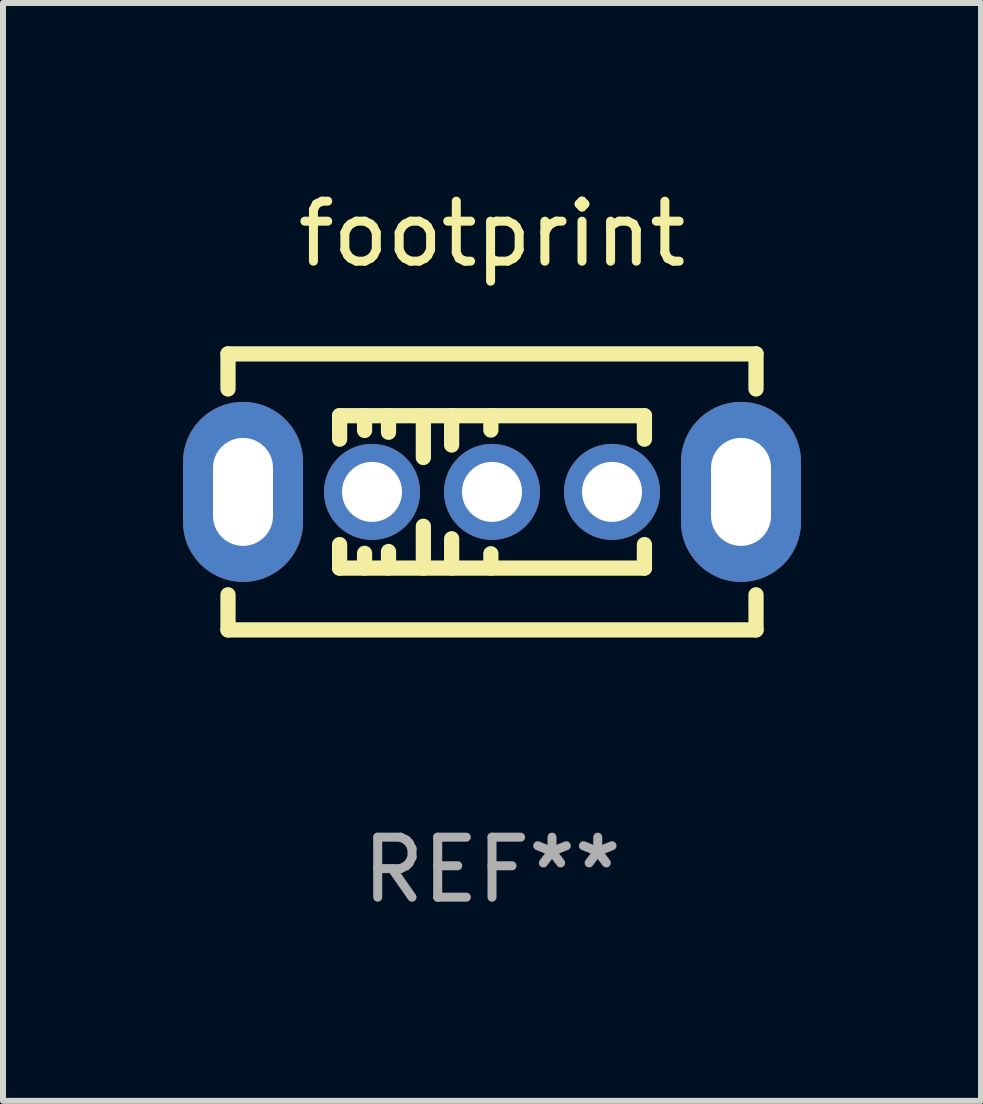
<source format=kicad_pcb>
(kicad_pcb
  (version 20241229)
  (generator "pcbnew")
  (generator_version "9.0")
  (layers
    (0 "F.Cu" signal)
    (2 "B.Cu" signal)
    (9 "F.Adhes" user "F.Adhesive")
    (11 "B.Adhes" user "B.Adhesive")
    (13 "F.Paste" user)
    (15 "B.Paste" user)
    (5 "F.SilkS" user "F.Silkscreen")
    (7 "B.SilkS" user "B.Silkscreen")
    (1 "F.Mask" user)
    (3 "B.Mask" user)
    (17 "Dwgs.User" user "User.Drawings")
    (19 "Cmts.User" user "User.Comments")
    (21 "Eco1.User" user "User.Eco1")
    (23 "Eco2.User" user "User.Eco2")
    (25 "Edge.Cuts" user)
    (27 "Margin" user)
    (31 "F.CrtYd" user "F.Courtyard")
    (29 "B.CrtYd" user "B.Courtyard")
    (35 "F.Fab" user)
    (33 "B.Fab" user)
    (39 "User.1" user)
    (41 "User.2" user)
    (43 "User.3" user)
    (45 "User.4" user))
  (footprint "footprint"
    (layer "F.Cu")
    (at 5.15 5.148)
    (property "Reference" "footprint" (at 0 -4.3 0) (layer "F.SilkS") (effects (font (size 1 1) (thickness 0.15))))
    (attr through_hole)
    (fp_line (start -4.4 -2.3) (end -4.4 -1.715) (stroke (width 0.254) (type solid)) (layer "F.SilkS"))
    (fp_line (start -4.4 1.715) (end -4.4 2.3) (stroke (width 0.254) (type solid)) (layer "F.SilkS"))
    (fp_line (start -2.54 -1.27) (end 2.54 -1.27) (stroke (width 0.254) (type solid)) (layer "F.SilkS"))
    (fp_line (start -2.54 -0.878) (end -2.54 -1.27) (stroke (width 0.254) (type solid)) (layer "F.SilkS"))
    (fp_line (start -2.54 1.27) (end -2.54 0.878) (stroke (width 0.254) (type solid)) (layer "F.SilkS"))
    (fp_line (start -2.124 -1.27) (end -2.124 -1.024) (stroke (width 0.254) (type solid)) (layer "F.SilkS"))
    (fp_line (start -2.124 1.024) (end -2.124 1.27) (stroke (width 0.254) (type solid)) (layer "F.SilkS"))
    (fp_line (start -1.725 -1.27) (end -1.725 -0.994) (stroke (width 0.254) (type solid)) (layer "F.SilkS"))
    (fp_line (start -1.725 0.994) (end -1.725 1.27) (stroke (width 0.254) (type solid)) (layer "F.SilkS"))
    (fp_line (start -1.144 -1.27) (end -1.144 -0.573) (stroke (width 0.254) (type solid)) (layer "F.SilkS"))
    (fp_line (start -1.144 0.573) (end -1.144 1.27) (stroke (width 0.254) (type solid)) (layer "F.SilkS"))
    (fp_line (start -0.673 -1.27) (end -0.673 -0.781) (stroke (width 0.254) (type solid)) (layer "F.SilkS"))
    (fp_line (start -0.673 0.781) (end -0.673 1.27) (stroke (width 0.254) (type solid)) (layer "F.SilkS"))
    (fp_line (start -0.019 -1.27) (end -0.019 -1.031) (stroke (width 0.254) (type solid)) (layer "F.SilkS"))
    (fp_line (start -0.019 1.031) (end -0.019 1.27) (stroke (width 0.254) (type solid)) (layer "F.SilkS"))
    (fp_line (start 2.54 -1.27) (end 2.54 -0.878) (stroke (width 0.254) (type solid)) (layer "F.SilkS"))
    (fp_line (start 2.54 0.878) (end 2.54 1.27) (stroke (width 0.254) (type solid)) (layer "F.SilkS"))
    (fp_line (start 2.54 1.27) (end -2.54 1.27) (stroke (width 0.254) (type solid)) (layer "F.SilkS"))
    (fp_line (start 4.4 -2.3) (end -4.4 -2.3) (stroke (width 0.254) (type solid)) (layer "F.SilkS"))
    (fp_line (start 4.4 -2.3) (end 4.4 -1.715) (stroke (width 0.254) (type solid)) (layer "F.SilkS"))
    (fp_line (start 4.4 1.715) (end 4.4 2.3) (stroke (width 0.254) (type solid)) (layer "F.SilkS"))
    (fp_line (start 4.4 2.3) (end -4.4 2.3) (stroke (width 0.254) (type solid)) (layer "F.SilkS"))
    (fp_circle (center -4.35 2.2) (end -4.32 2.2) (stroke (width 0.06) (type solid)) (fill no) (layer "F.SilkS"))
    (fp_text user "REF**" (at 0 6.3 0) (layer "F.Fab") (effects (font (size 1 1) (thickness 0.15))))
    (pad "1" thru_hole oval (at -2 0 180) (size 1.6 1.6) (drill 1) (layers "*.Cu" "*.Mask"))
    (pad "2" thru_hole oval (at 0 0 180) (size 1.6 1.6) (drill 1) (layers "*.Cu" "*.Mask"))
    (pad "3" thru_hole oval (at 2 0 180) (size 1.6 1.6) (drill 1) (layers "*.Cu" "*.Mask"))
    (pad "4" thru_hole oval (at 4.15 0 270) (size 3 2) (drill oval 1.8 1) (layers "*.Cu" "*.Mask"))
    (pad "5" thru_hole oval (at -4.15 0 270) (size 3 2) (drill oval 1.8 1) (layers "*.Cu" "*.Mask")))
  (gr_rect
    (start -3 -3)
    (end 13.3 15.297)
    (stroke (width 0.1) (type default))
    (fill no)
    (layer "Edge.Cuts")))
</source>
